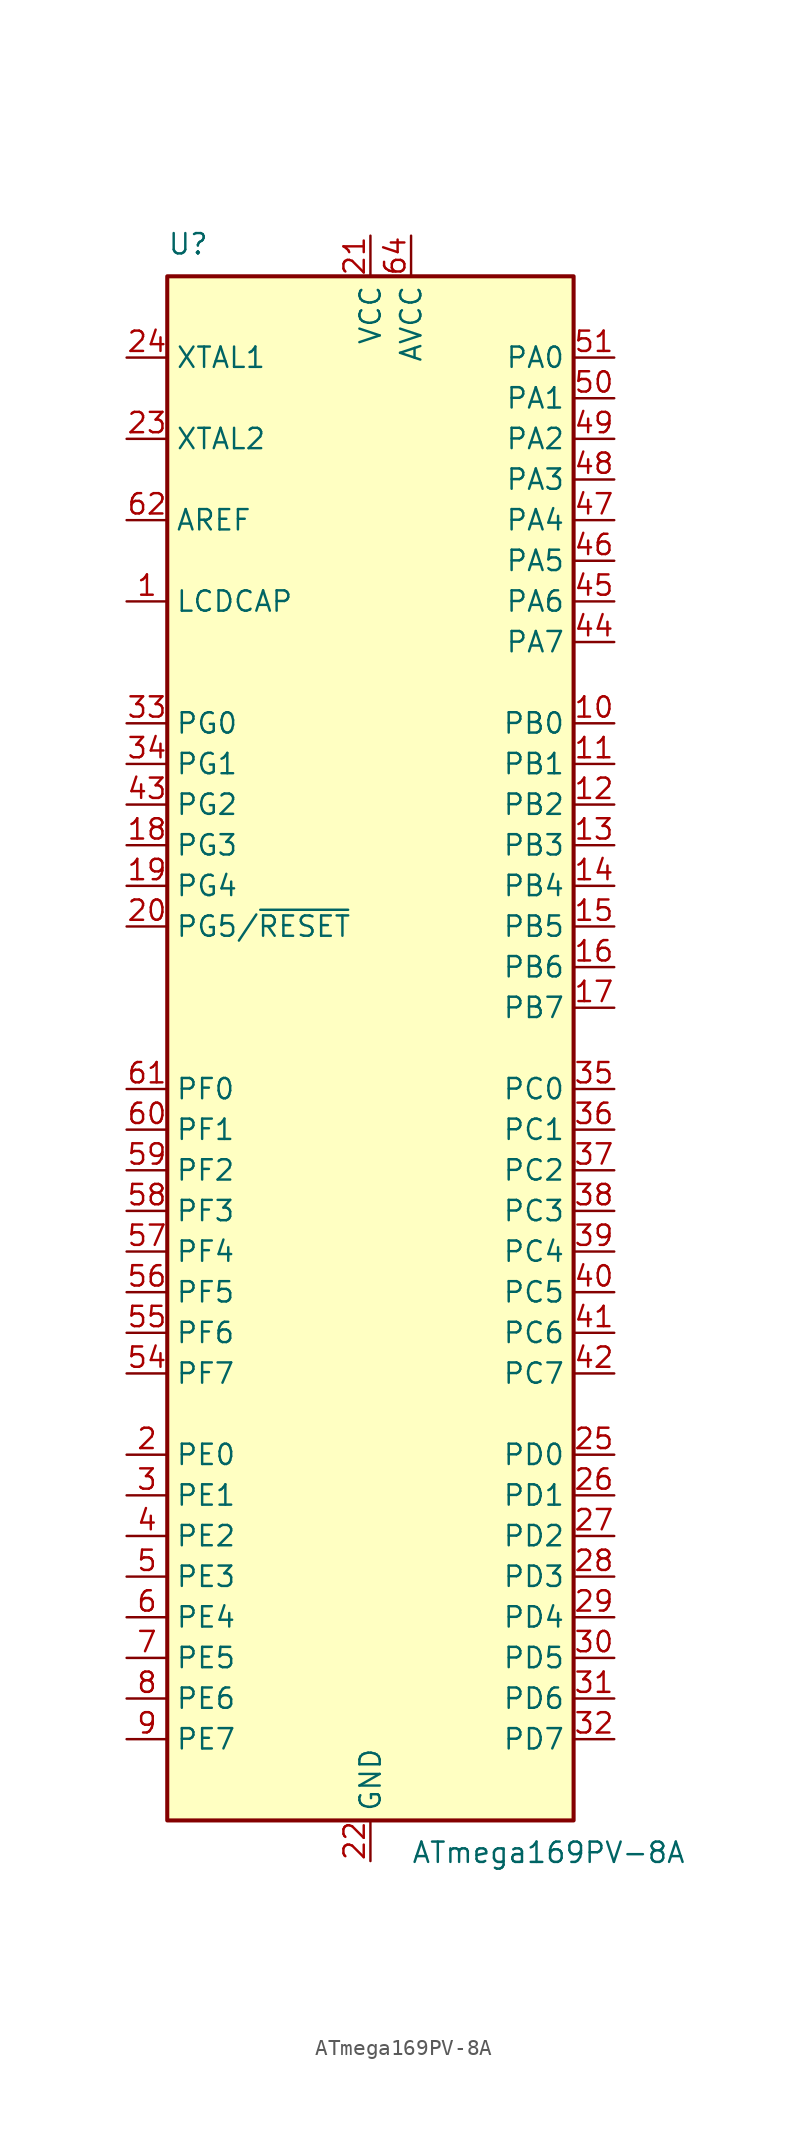
<source format=kicad_sym>
(kicad_symbol_lib
  (version 20231120)
  (generator "kicad_symbol_editor")
  (generator_version "8.0")
  (symbol "ATmega169PV-8A"
    (property "Reference" "U"
      (at -12.7 49.53 0)
      (effects (font (size 1.27 1.27)) (justify left bottom)))
    (property "Value" "ATmega169PV-8A"
      (at 2.54 -49.53 0)
      (effects (font (size 1.27 1.27)) (justify left top)))
    (symbol "ATmega169PV-8A_0_1"
      (rectangle (start -12.7 -48.26) (end 12.7 48.26) (stroke (width 0.254) (type default)) (fill (type background))))
    (symbol "ATmega169PV-8A_1_1"
      (pin passive line (at -15.24 27.94 0) (length 2.54) (name "LCDCAP" (effects (font (size 1.27 1.27)))) (number "1" (effects (font (size 1.27 1.27)))))
      (pin bidirectional line (at 15.24 20.32 180) (length 2.54) (name "PB0" (effects (font (size 1.27 1.27)))) (number "10" (effects (font (size 1.27 1.27)))))
      (pin bidirectional line (at 15.24 17.78 180) (length 2.54) (name "PB1" (effects (font (size 1.27 1.27)))) (number "11" (effects (font (size 1.27 1.27)))))
      (pin bidirectional line (at 15.24 15.24 180) (length 2.54) (name "PB2" (effects (font (size 1.27 1.27)))) (number "12" (effects (font (size 1.27 1.27)))))
      (pin bidirectional line (at 15.24 12.7 180) (length 2.54) (name "PB3" (effects (font (size 1.27 1.27)))) (number "13" (effects (font (size 1.27 1.27)))))
      (pin bidirectional line (at 15.24 10.16 180) (length 2.54) (name "PB4" (effects (font (size 1.27 1.27)))) (number "14" (effects (font (size 1.27 1.27)))))
      (pin bidirectional line (at 15.24 7.62 180) (length 2.54) (name "PB5" (effects (font (size 1.27 1.27)))) (number "15" (effects (font (size 1.27 1.27)))))
      (pin bidirectional line (at 15.24 5.08 180) (length 2.54) (name "PB6" (effects (font (size 1.27 1.27)))) (number "16" (effects (font (size 1.27 1.27)))))
      (pin bidirectional line (at 15.24 2.54 180) (length 2.54) (name "PB7" (effects (font (size 1.27 1.27)))) (number "17" (effects (font (size 1.27 1.27)))))
      (pin bidirectional line (at -15.24 12.7 0) (length 2.54) (name "PG3" (effects (font (size 1.27 1.27)))) (number "18" (effects (font (size 1.27 1.27)))))
      (pin bidirectional line (at -15.24 10.16 0) (length 2.54) (name "PG4" (effects (font (size 1.27 1.27)))) (number "19" (effects (font (size 1.27 1.27)))))
      (pin bidirectional line (at -15.24 -25.4 0) (length 2.54) (name "PE0" (effects (font (size 1.27 1.27)))) (number "2" (effects (font (size 1.27 1.27)))))
      (pin bidirectional line (at -15.24 7.62 0) (length 2.54) (name "PG5/~{RESET}" (effects (font (size 1.27 1.27)))) (number "20" (effects (font (size 1.27 1.27)))))
      (pin power_in line (at 0 50.8 270) (length 2.54) (name "VCC" (effects (font (size 1.27 1.27)))) (number "21" (effects (font (size 1.27 1.27)))))
      (pin power_in line (at 0 -50.8 90) (length 2.54) (name "GND" (effects (font (size 1.27 1.27)))) (number "22" (effects (font (size 1.27 1.27)))))
      (pin output line (at -15.24 38.1 0) (length 2.54) (name "XTAL2" (effects (font (size 1.27 1.27)))) (number "23" (effects (font (size 1.27 1.27)))))
      (pin input line (at -15.24 43.18 0) (length 2.54) (name "XTAL1" (effects (font (size 1.27 1.27)))) (number "24" (effects (font (size 1.27 1.27)))))
      (pin bidirectional line (at 15.24 -25.4 180) (length 2.54) (name "PD0" (effects (font (size 1.27 1.27)))) (number "25" (effects (font (size 1.27 1.27)))))
      (pin bidirectional line (at 15.24 -27.94 180) (length 2.54) (name "PD1" (effects (font (size 1.27 1.27)))) (number "26" (effects (font (size 1.27 1.27)))))
      (pin bidirectional line (at 15.24 -30.48 180) (length 2.54) (name "PD2" (effects (font (size 1.27 1.27)))) (number "27" (effects (font (size 1.27 1.27)))))
      (pin bidirectional line (at 15.24 -33.02 180) (length 2.54) (name "PD3" (effects (font (size 1.27 1.27)))) (number "28" (effects (font (size 1.27 1.27)))))
      (pin bidirectional line (at 15.24 -35.56 180) (length 2.54) (name "PD4" (effects (font (size 1.27 1.27)))) (number "29" (effects (font (size 1.27 1.27)))))
      (pin bidirectional line (at -15.24 -27.94 0) (length 2.54) (name "PE1" (effects (font (size 1.27 1.27)))) (number "3" (effects (font (size 1.27 1.27)))))
      (pin bidirectional line (at 15.24 -38.1 180) (length 2.54) (name "PD5" (effects (font (size 1.27 1.27)))) (number "30" (effects (font (size 1.27 1.27)))))
      (pin bidirectional line (at 15.24 -40.64 180) (length 2.54) (name "PD6" (effects (font (size 1.27 1.27)))) (number "31" (effects (font (size 1.27 1.27)))))
      (pin bidirectional line (at 15.24 -43.18 180) (length 2.54) (name "PD7" (effects (font (size 1.27 1.27)))) (number "32" (effects (font (size 1.27 1.27)))))
      (pin bidirectional line (at -15.24 20.32 0) (length 2.54) (name "PG0" (effects (font (size 1.27 1.27)))) (number "33" (effects (font (size 1.27 1.27)))))
      (pin bidirectional line (at -15.24 17.78 0) (length 2.54) (name "PG1" (effects (font (size 1.27 1.27)))) (number "34" (effects (font (size 1.27 1.27)))))
      (pin bidirectional line (at 15.24 -2.54 180) (length 2.54) (name "PC0" (effects (font (size 1.27 1.27)))) (number "35" (effects (font (size 1.27 1.27)))))
      (pin bidirectional line (at 15.24 -5.08 180) (length 2.54) (name "PC1" (effects (font (size 1.27 1.27)))) (number "36" (effects (font (size 1.27 1.27)))))
      (pin bidirectional line (at 15.24 -7.62 180) (length 2.54) (name "PC2" (effects (font (size 1.27 1.27)))) (number "37" (effects (font (size 1.27 1.27)))))
      (pin bidirectional line (at 15.24 -10.16 180) (length 2.54) (name "PC3" (effects (font (size 1.27 1.27)))) (number "38" (effects (font (size 1.27 1.27)))))
      (pin bidirectional line (at 15.24 -12.7 180) (length 2.54) (name "PC4" (effects (font (size 1.27 1.27)))) (number "39" (effects (font (size 1.27 1.27)))))
      (pin bidirectional line (at -15.24 -30.48 0) (length 2.54) (name "PE2" (effects (font (size 1.27 1.27)))) (number "4" (effects (font (size 1.27 1.27)))))
      (pin bidirectional line (at 15.24 -15.24 180) (length 2.54) (name "PC5" (effects (font (size 1.27 1.27)))) (number "40" (effects (font (size 1.27 1.27)))))
      (pin bidirectional line (at 15.24 -17.78 180) (length 2.54) (name "PC6" (effects (font (size 1.27 1.27)))) (number "41" (effects (font (size 1.27 1.27)))))
      (pin bidirectional line (at 15.24 -20.32 180) (length 2.54) (name "PC7" (effects (font (size 1.27 1.27)))) (number "42" (effects (font (size 1.27 1.27)))))
      (pin bidirectional line (at -15.24 15.24 0) (length 2.54) (name "PG2" (effects (font (size 1.27 1.27)))) (number "43" (effects (font (size 1.27 1.27)))))
      (pin bidirectional line (at 15.24 25.4 180) (length 2.54) (name "PA7" (effects (font (size 1.27 1.27)))) (number "44" (effects (font (size 1.27 1.27)))))
      (pin bidirectional line (at 15.24 27.94 180) (length 2.54) (name "PA6" (effects (font (size 1.27 1.27)))) (number "45" (effects (font (size 1.27 1.27)))))
      (pin bidirectional line (at 15.24 30.48 180) (length 2.54) (name "PA5" (effects (font (size 1.27 1.27)))) (number "46" (effects (font (size 1.27 1.27)))))
      (pin bidirectional line (at 15.24 33.02 180) (length 2.54) (name "PA4" (effects (font (size 1.27 1.27)))) (number "47" (effects (font (size 1.27 1.27)))))
      (pin bidirectional line (at 15.24 35.56 180) (length 2.54) (name "PA3" (effects (font (size 1.27 1.27)))) (number "48" (effects (font (size 1.27 1.27)))))
      (pin bidirectional line (at 15.24 38.1 180) (length 2.54) (name "PA2" (effects (font (size 1.27 1.27)))) (number "49" (effects (font (size 1.27 1.27)))))
      (pin bidirectional line (at -15.24 -33.02 0) (length 2.54) (name "PE3" (effects (font (size 1.27 1.27)))) (number "5" (effects (font (size 1.27 1.27)))))
      (pin bidirectional line (at 15.24 40.64 180) (length 2.54) (name "PA1" (effects (font (size 1.27 1.27)))) (number "50" (effects (font (size 1.27 1.27)))))
      (pin bidirectional line (at 15.24 43.18 180) (length 2.54) (name "PA0" (effects (font (size 1.27 1.27)))) (number "51" (effects (font (size 1.27 1.27)))))
      (pin passive line (at 0 50.8 270) (length 2.54) hide (name "VCC" (effects (font (size 1.27 1.27)))) (number "52" (effects (font (size 1.27 1.27)))))
      (pin passive line (at 0 -50.8 90) (length 2.54) hide (name "GND" (effects (font (size 1.27 1.27)))) (number "53" (effects (font (size 1.27 1.27)))))
      (pin bidirectional line (at -15.24 -20.32 0) (length 2.54) (name "PF7" (effects (font (size 1.27 1.27)))) (number "54" (effects (font (size 1.27 1.27)))))
      (pin bidirectional line (at -15.24 -17.78 0) (length 2.54) (name "PF6" (effects (font (size 1.27 1.27)))) (number "55" (effects (font (size 1.27 1.27)))))
      (pin bidirectional line (at -15.24 -15.24 0) (length 2.54) (name "PF5" (effects (font (size 1.27 1.27)))) (number "56" (effects (font (size 1.27 1.27)))))
      (pin bidirectional line (at -15.24 -12.7 0) (length 2.54) (name "PF4" (effects (font (size 1.27 1.27)))) (number "57" (effects (font (size 1.27 1.27)))))
      (pin bidirectional line (at -15.24 -10.16 0) (length 2.54) (name "PF3" (effects (font (size 1.27 1.27)))) (number "58" (effects (font (size 1.27 1.27)))))
      (pin bidirectional line (at -15.24 -7.62 0) (length 2.54) (name "PF2" (effects (font (size 1.27 1.27)))) (number "59" (effects (font (size 1.27 1.27)))))
      (pin bidirectional line (at -15.24 -35.56 0) (length 2.54) (name "PE4" (effects (font (size 1.27 1.27)))) (number "6" (effects (font (size 1.27 1.27)))))
      (pin bidirectional line (at -15.24 -5.08 0) (length 2.54) (name "PF1" (effects (font (size 1.27 1.27)))) (number "60" (effects (font (size 1.27 1.27)))))
      (pin bidirectional line (at -15.24 -2.54 0) (length 2.54) (name "PF0" (effects (font (size 1.27 1.27)))) (number "61" (effects (font (size 1.27 1.27)))))
      (pin passive line (at -15.24 33.02 0) (length 2.54) (name "AREF" (effects (font (size 1.27 1.27)))) (number "62" (effects (font (size 1.27 1.27)))))
      (pin passive line (at 0 -50.8 90) (length 2.54) hide (name "GND" (effects (font (size 1.27 1.27)))) (number "63" (effects (font (size 1.27 1.27)))))
      (pin power_in line (at 2.54 50.8 270) (length 2.54) (name "AVCC" (effects (font (size 1.27 1.27)))) (number "64" (effects (font (size 1.27 1.27)))))
      (pin bidirectional line (at -15.24 -38.1 0) (length 2.54) (name "PE5" (effects (font (size 1.27 1.27)))) (number "7" (effects (font (size 1.27 1.27)))))
      (pin bidirectional line (at -15.24 -40.64 0) (length 2.54) (name "PE6" (effects (font (size 1.27 1.27)))) (number "8" (effects (font (size 1.27 1.27)))))
      (pin bidirectional line (at -15.24 -43.18 0) (length 2.54) (name "PE7" (effects (font (size 1.27 1.27)))) (number "9" (effects (font (size 1.27 1.27))))))))
</source>
